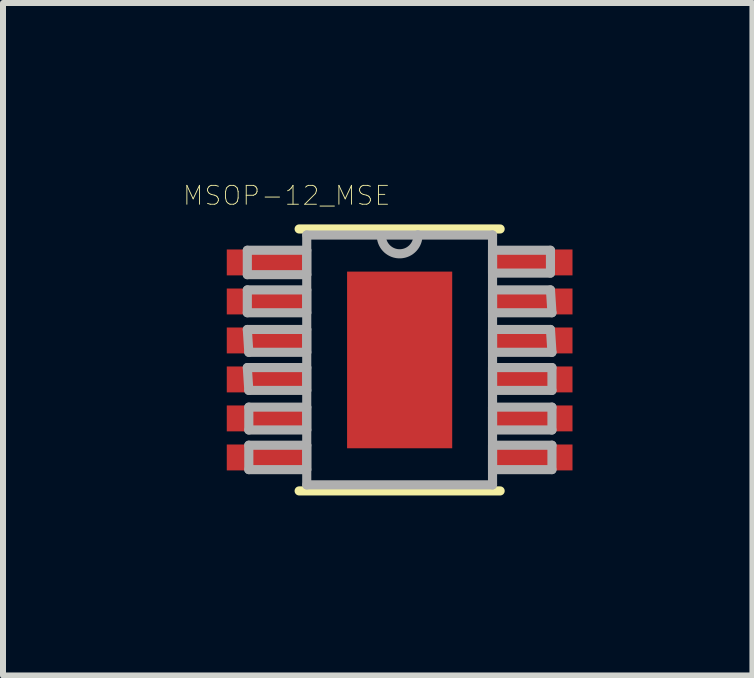
<source format=kicad_pcb>
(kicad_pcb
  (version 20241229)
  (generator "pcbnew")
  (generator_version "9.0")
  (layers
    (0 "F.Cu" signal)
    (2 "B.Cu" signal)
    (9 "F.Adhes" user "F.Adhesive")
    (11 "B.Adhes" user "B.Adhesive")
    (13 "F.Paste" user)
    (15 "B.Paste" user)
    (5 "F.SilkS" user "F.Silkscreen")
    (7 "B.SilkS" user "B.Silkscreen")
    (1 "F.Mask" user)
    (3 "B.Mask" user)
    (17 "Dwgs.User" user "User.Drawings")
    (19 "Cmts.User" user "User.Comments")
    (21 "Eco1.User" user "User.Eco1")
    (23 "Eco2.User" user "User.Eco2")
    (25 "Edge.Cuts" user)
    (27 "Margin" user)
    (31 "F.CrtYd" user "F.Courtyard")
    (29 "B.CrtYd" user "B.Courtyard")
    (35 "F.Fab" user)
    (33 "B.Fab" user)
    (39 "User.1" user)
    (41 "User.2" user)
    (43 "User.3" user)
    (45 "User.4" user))
  (footprint "MSOP-12_MSE"
    (layer "F.Cu")
    (at 3.614 2.952)
    (property "Reference" "MSOP-12_MSE" (at -1.883 -2.741 0) (layer "F.SilkS") (effects (font (size 0.315 0.315) (thickness 0.015))))
    (attr through_hole)
    (fp_line (start -1.676 2.184) (end 1.676 2.184) (stroke (width 0.152) (type solid)) (layer "F.SilkS"))
    (fp_line (start 1.676 -2.184) (end -1.676 -2.184) (stroke (width 0.152) (type solid)) (layer "F.SilkS"))
    (fp_poly (pts (xy -0.776 -1.373) (xy -0.776 -0.1) (xy 0.776 -0.1) (xy 0.776 -1.373)) (stroke (width 0.025) (type solid)) (fill yes) (layer "F.Paste"))
    (fp_poly (pts (xy -0.776 0.1) (xy -0.776 1.373) (xy 0.776 1.373) (xy 0.776 0.1)) (stroke (width 0.025) (type solid)) (fill yes) (layer "F.Paste"))
    (fp_line (start -2.54 -1.829) (end -2.54 -1.422) (stroke (width 0.152) (type solid)) (layer "F.Fab"))
    (fp_line (start -2.54 -1.422) (end -1.549 -1.422) (stroke (width 0.152) (type solid)) (layer "F.Fab"))
    (fp_line (start -2.54 -1.168) (end -2.54 -0.787) (stroke (width 0.152) (type solid)) (layer "F.Fab"))
    (fp_line (start -2.54 -0.787) (end -1.549 -0.787) (stroke (width 0.152) (type solid)) (layer "F.Fab"))
    (fp_line (start -2.54 -0.508) (end -2.515 -0.127) (stroke (width 0.152) (type solid)) (layer "F.Fab"))
    (fp_line (start -2.54 0.127) (end -2.515 0.508) (stroke (width 0.152) (type solid)) (layer "F.Fab"))
    (fp_line (start -2.515 -0.127) (end -1.549 -0.127) (stroke (width 0.152) (type solid)) (layer "F.Fab"))
    (fp_line (start -2.515 0.508) (end -1.549 0.508) (stroke (width 0.152) (type solid)) (layer "F.Fab"))
    (fp_line (start -2.515 0.787) (end -2.515 1.168) (stroke (width 0.152) (type solid)) (layer "F.Fab"))
    (fp_line (start -2.515 1.168) (end -1.549 1.168) (stroke (width 0.152) (type solid)) (layer "F.Fab"))
    (fp_line (start -2.515 1.422) (end -2.515 1.829) (stroke (width 0.152) (type solid)) (layer "F.Fab"))
    (fp_line (start -2.515 1.829) (end -1.549 1.829) (stroke (width 0.152) (type solid)) (layer "F.Fab"))
    (fp_line (start -1.549 -2.083) (end -1.549 2.083) (stroke (width 0.152) (type solid)) (layer "F.Fab"))
    (fp_line (start -1.549 -1.829) (end -2.54 -1.829) (stroke (width 0.152) (type solid)) (layer "F.Fab"))
    (fp_line (start -1.549 -1.422) (end -1.549 -1.829) (stroke (width 0.152) (type solid)) (layer "F.Fab"))
    (fp_line (start -1.549 -1.168) (end -2.54 -1.168) (stroke (width 0.152) (type solid)) (layer "F.Fab"))
    (fp_line (start -1.549 -0.787) (end -1.549 -1.168) (stroke (width 0.152) (type solid)) (layer "F.Fab"))
    (fp_line (start -1.549 -0.508) (end -2.54 -0.508) (stroke (width 0.152) (type solid)) (layer "F.Fab"))
    (fp_line (start -1.549 -0.127) (end -1.549 -0.508) (stroke (width 0.152) (type solid)) (layer "F.Fab"))
    (fp_line (start -1.549 0.127) (end -2.54 0.127) (stroke (width 0.152) (type solid)) (layer "F.Fab"))
    (fp_line (start -1.549 0.508) (end -1.549 0.127) (stroke (width 0.152) (type solid)) (layer "F.Fab"))
    (fp_line (start -1.549 0.787) (end -2.515 0.787) (stroke (width 0.152) (type solid)) (layer "F.Fab"))
    (fp_line (start -1.549 1.168) (end -1.549 0.787) (stroke (width 0.152) (type solid)) (layer "F.Fab"))
    (fp_line (start -1.549 1.422) (end -2.515 1.422) (stroke (width 0.152) (type solid)) (layer "F.Fab"))
    (fp_line (start -1.549 1.829) (end -1.549 1.422) (stroke (width 0.152) (type solid)) (layer "F.Fab"))
    (fp_line (start -1.549 2.083) (end 1.549 2.083) (stroke (width 0.152) (type solid)) (layer "F.Fab"))
    (fp_line (start 0.305 -2.083) (end -1.549 -2.083) (stroke (width 0.152) (type solid)) (layer "F.Fab"))
    (fp_line (start 1.549 -2.083) (end 0.305 -2.083) (stroke (width 0.152) (type solid)) (layer "F.Fab"))
    (fp_line (start 1.549 -1.829) (end 1.549 -1.448) (stroke (width 0.152) (type solid)) (layer "F.Fab"))
    (fp_line (start 1.549 -1.448) (end 2.515 -1.448) (stroke (width 0.152) (type solid)) (layer "F.Fab"))
    (fp_line (start 1.549 -1.168) (end 1.549 -0.787) (stroke (width 0.152) (type solid)) (layer "F.Fab"))
    (fp_line (start 1.549 -0.787) (end 2.54 -0.787) (stroke (width 0.152) (type solid)) (layer "F.Fab"))
    (fp_line (start 1.549 -0.508) (end 1.549 -0.127) (stroke (width 0.152) (type solid)) (layer "F.Fab"))
    (fp_line (start 1.549 -0.127) (end 2.54 -0.127) (stroke (width 0.152) (type solid)) (layer "F.Fab"))
    (fp_line (start 1.549 0.127) (end 1.549 0.508) (stroke (width 0.152) (type solid)) (layer "F.Fab"))
    (fp_line (start 1.549 0.508) (end 2.54 0.508) (stroke (width 0.152) (type solid)) (layer "F.Fab"))
    (fp_line (start 1.549 0.787) (end 1.549 1.168) (stroke (width 0.152) (type solid)) (layer "F.Fab"))
    (fp_line (start 1.549 1.168) (end 2.54 1.168) (stroke (width 0.152) (type solid)) (layer "F.Fab"))
    (fp_line (start 1.549 1.422) (end 1.549 1.829) (stroke (width 0.152) (type solid)) (layer "F.Fab"))
    (fp_line (start 1.549 1.829) (end 2.54 1.829) (stroke (width 0.152) (type solid)) (layer "F.Fab"))
    (fp_line (start 1.549 2.083) (end 1.549 -2.083) (stroke (width 0.152) (type solid)) (layer "F.Fab"))
    (fp_line (start 2.515 -1.829) (end 1.549 -1.829) (stroke (width 0.152) (type solid)) (layer "F.Fab"))
    (fp_line (start 2.515 -1.448) (end 2.515 -1.829) (stroke (width 0.152) (type solid)) (layer "F.Fab"))
    (fp_line (start 2.515 -1.168) (end 1.549 -1.168) (stroke (width 0.152) (type solid)) (layer "F.Fab"))
    (fp_line (start 2.515 -0.508) (end 1.549 -0.508) (stroke (width 0.152) (type solid)) (layer "F.Fab"))
    (fp_line (start 2.54 -0.787) (end 2.515 -1.168) (stroke (width 0.152) (type solid)) (layer "F.Fab"))
    (fp_line (start 2.54 -0.127) (end 2.515 -0.508) (stroke (width 0.152) (type solid)) (layer "F.Fab"))
    (fp_line (start 2.54 0.127) (end 1.549 0.127) (stroke (width 0.152) (type solid)) (layer "F.Fab"))
    (fp_line (start 2.54 0.508) (end 2.54 0.127) (stroke (width 0.152) (type solid)) (layer "F.Fab"))
    (fp_line (start 2.54 0.787) (end 1.549 0.787) (stroke (width 0.152) (type solid)) (layer "F.Fab"))
    (fp_line (start 2.54 1.168) (end 2.54 0.787) (stroke (width 0.152) (type solid)) (layer "F.Fab"))
    (fp_line (start 2.54 1.422) (end 1.549 1.422) (stroke (width 0.152) (type solid)) (layer "F.Fab"))
    (fp_line (start 2.54 1.829) (end 2.54 1.422) (stroke (width 0.152) (type solid)) (layer "F.Fab"))
    (fp_arc (start 0.3048 -2.0828) (mid 0.0127 -1.7653) (end -0.3048 -2.0574) (stroke (width 0.1524) (type solid)) (layer "F.Fab"))
    (pad "1" smd rect (at -2.184 -1.626) (size 1.397 0.432) (layers "F.Cu" "F.Mask" "F.Paste"))
    (pad "2" smd rect (at -2.184 -0.975) (size 1.397 0.432) (layers "F.Cu" "F.Mask" "F.Paste"))
    (pad "3" smd rect (at -2.184 -0.325) (size 1.397 0.432) (layers "F.Cu" "F.Mask" "F.Paste"))
    (pad "4" smd rect (at -2.184 0.325) (size 1.397 0.432) (layers "F.Cu" "F.Mask" "F.Paste"))
    (pad "5" smd rect (at -2.184 0.975) (size 1.397 0.432) (layers "F.Cu" "F.Mask" "F.Paste"))
    (pad "6" smd rect (at -2.184 1.626) (size 1.397 0.432) (layers "F.Cu" "F.Mask" "F.Paste"))
    (pad "7" smd rect (at 2.184 1.626) (size 1.397 0.432) (layers "F.Cu" "F.Mask" "F.Paste"))
    (pad "8" smd rect (at 2.184 0.975) (size 1.397 0.432) (layers "F.Cu" "F.Mask" "F.Paste"))
    (pad "9" smd rect (at 2.184 0.325) (size 1.397 0.432) (layers "F.Cu" "F.Mask" "F.Paste"))
    (pad "10" smd rect (at 2.184 -0.325) (size 1.397 0.432) (layers "F.Cu" "F.Mask" "F.Paste"))
    (pad "11" smd rect (at 2.184 -0.975) (size 1.397 0.432) (layers "F.Cu" "F.Mask" "F.Paste"))
    (pad "12" smd rect (at 2.184 -1.626) (size 1.397 0.432) (layers "F.Cu" "F.Mask" "F.Paste"))
    (pad "13" smd rect (at 0 0) (size 1.753 2.946) (layers "F.Cu" "F.Mask")))
  (gr_rect
    (start -3 -3)
    (end 9.497 8.213)
    (stroke (width 0.1) (type default))
    (fill no)
    (layer "Edge.Cuts")))
</source>
